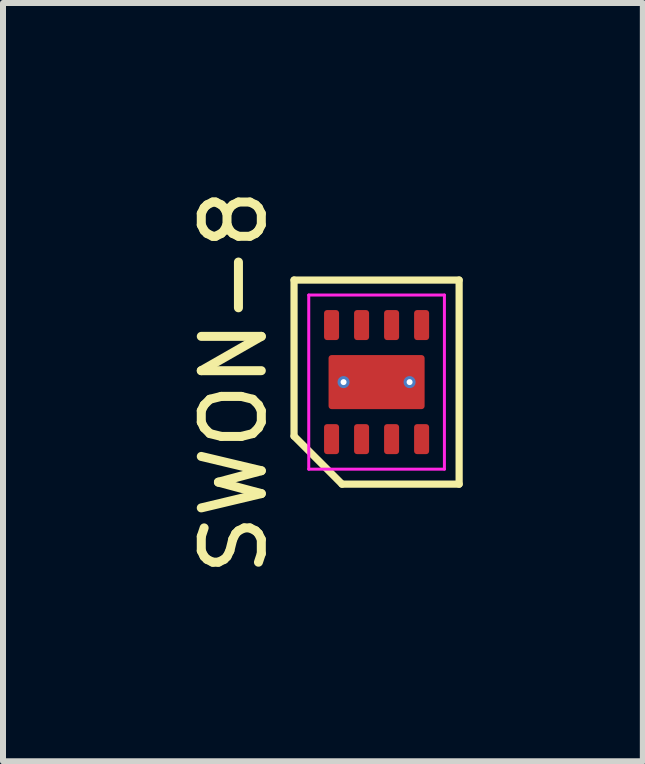
<source format=kicad_pcb>
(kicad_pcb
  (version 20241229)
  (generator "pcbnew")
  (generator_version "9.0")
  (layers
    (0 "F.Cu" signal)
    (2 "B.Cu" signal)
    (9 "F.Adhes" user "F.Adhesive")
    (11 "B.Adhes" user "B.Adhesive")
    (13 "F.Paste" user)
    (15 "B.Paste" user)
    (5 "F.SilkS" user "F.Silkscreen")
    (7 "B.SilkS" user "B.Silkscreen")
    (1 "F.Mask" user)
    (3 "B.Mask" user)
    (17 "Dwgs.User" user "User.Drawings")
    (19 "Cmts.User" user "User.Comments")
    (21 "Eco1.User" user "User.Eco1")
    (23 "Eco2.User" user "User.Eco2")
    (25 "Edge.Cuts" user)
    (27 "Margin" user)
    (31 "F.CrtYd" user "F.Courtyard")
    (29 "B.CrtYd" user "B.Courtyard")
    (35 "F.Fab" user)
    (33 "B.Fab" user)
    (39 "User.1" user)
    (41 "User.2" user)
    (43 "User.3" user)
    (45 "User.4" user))
  (footprint "SWON-8"
    (layer "F.Cu")
    (at 3.223 3.315)
    (property "Reference" "SWON-8" (at -2.375 0 90) (layer "F.SilkS") (effects (font (size 1 1) (thickness 0.15))))
    (attr smd)
    (fp_line (start -1.375 -1.7) (end 1.375 -1.7) (stroke (width 0.12) (type solid)) (layer "F.SilkS"))
    (fp_line (start -1.375 0.9) (end -1.375 -1.7) (stroke (width 0.12) (type solid)) (layer "F.SilkS"))
    (fp_line (start -0.575 1.7) (end -1.375 0.9) (stroke (width 0.12) (type solid)) (layer "F.SilkS"))
    (fp_line (start 1.375 -1.7) (end 1.375 1.7) (stroke (width 0.12) (type solid)) (layer "F.SilkS"))
    (fp_line (start 1.375 1.7) (end -0.575 1.7) (stroke (width 0.12) (type solid)) (layer "F.SilkS"))
    (fp_line (start -1.13 -1.45) (end 1.13 -1.45) (stroke (width 0.05) (type solid)) (layer "F.CrtYd"))
    (fp_line (start -1.13 1.45) (end -1.13 -1.45) (stroke (width 0.05) (type solid)) (layer "F.CrtYd"))
    (fp_line (start 1.13 -1.45) (end 1.13 1.45) (stroke (width 0.05) (type solid)) (layer "F.CrtYd"))
    (fp_line (start 1.13 1.45) (end -1.13 1.45) (stroke (width 0.05) (type solid)) (layer "F.CrtYd"))
    (pad "1" smd roundrect (at -0.75 0.95) (size 0.25 0.5) (layers "F.Cu" "F.Mask" "F.Paste") (roundrect_rratio 0.2))
    (pad "2" smd roundrect (at -0.25 0.95) (size 0.25 0.5) (layers "F.Cu" "F.Mask" "F.Paste") (roundrect_rratio 0.2))
    (pad "3" smd roundrect (at 0.25 0.95) (size 0.25 0.5) (layers "F.Cu" "F.Mask" "F.Paste") (roundrect_rratio 0.2))
    (pad "4" smd roundrect (at 0.75 0.95) (size 0.25 0.5) (layers "F.Cu" "F.Mask" "F.Paste") (roundrect_rratio 0.2))
    (pad "5" smd roundrect (at 0.75 -0.95) (size 0.25 0.5) (layers "F.Cu" "F.Mask" "F.Paste") (roundrect_rratio 0.2))
    (pad "6" smd roundrect (at 0.25 -0.95) (size 0.25 0.5) (layers "F.Cu" "F.Mask" "F.Paste") (roundrect_rratio 0.2))
    (pad "7" smd roundrect (at -0.25 -0.95) (size 0.25 0.5) (layers "F.Cu" "F.Mask" "F.Paste") (roundrect_rratio 0.2))
    (pad "8" smd roundrect (at -0.75 -0.95) (size 0.25 0.5) (layers "F.Cu" "F.Mask" "F.Paste") (roundrect_rratio 0.2))
    (pad "9" thru_hole circle (at -0.55 0) (size 0.2 0.2) (drill 0.1) (layers "*.Cu" "*.Mask"))
    (pad "9" smd roundrect (at 0 0) (size 1.6 0.9) (layers "F.Cu" "F.Mask" "F.Paste") (roundrect_rratio 0.056))
    (pad "9" thru_hole circle (at 0.55 0) (size 0.2 0.2) (drill 0.1) (layers "*.Cu" "*.Mask")))
  (gr_rect
    (start -3 -3)
    (end 7.658 9.631)
    (stroke (width 0.1) (type default))
    (fill no)
    (layer "Edge.Cuts")))
</source>
